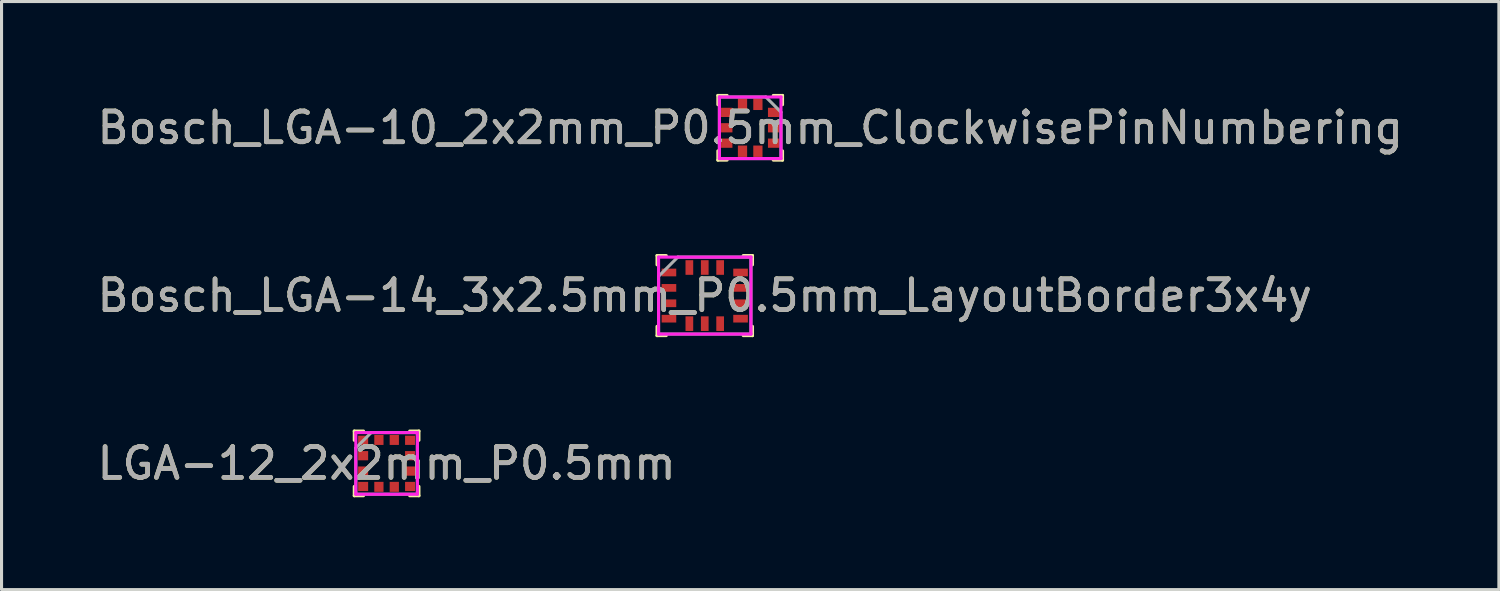
<source format=kicad_pcb>
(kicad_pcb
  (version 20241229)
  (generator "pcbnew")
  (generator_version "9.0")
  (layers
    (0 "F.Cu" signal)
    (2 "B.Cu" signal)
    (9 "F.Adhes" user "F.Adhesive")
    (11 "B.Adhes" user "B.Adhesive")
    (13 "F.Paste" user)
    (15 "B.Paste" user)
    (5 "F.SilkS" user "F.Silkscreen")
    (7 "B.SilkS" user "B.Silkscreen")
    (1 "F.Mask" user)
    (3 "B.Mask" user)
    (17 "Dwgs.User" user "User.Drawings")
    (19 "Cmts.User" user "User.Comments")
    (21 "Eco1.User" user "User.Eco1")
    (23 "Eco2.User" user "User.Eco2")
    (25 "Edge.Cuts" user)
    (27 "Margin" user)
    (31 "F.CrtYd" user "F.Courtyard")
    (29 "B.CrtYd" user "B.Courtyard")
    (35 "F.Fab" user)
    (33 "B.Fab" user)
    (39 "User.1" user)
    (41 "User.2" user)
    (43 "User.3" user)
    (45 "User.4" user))
  (footprint "LGA-12_2x2mm_P0.5mm"
    (layer "F.Cu")
    (at 9.506 12)
    (property "Reference" "LGA-12_2x2mm_P0.5mm" (at 0 0 0) (layer "F.SilkS") (effects (font (size 1 1) (thickness 0.15))))
    (attr smd)
    (fp_line (start -1.05 -1.05) (end -1.05 -0.75) (stroke (width 0.1) (type default)) (layer "F.SilkS"))
    (fp_line (start -1.05 -1.05) (end -0.75 -1.05) (stroke (width 0.1) (type default)) (layer "F.SilkS"))
    (fp_line (start -1.05 1.05) (end -1.05 0.75) (stroke (width 0.1) (type default)) (layer "F.SilkS"))
    (fp_line (start -1.05 1.05) (end -0.75 1.05) (stroke (width 0.1) (type default)) (layer "F.SilkS"))
    (fp_line (start 1.05 -1.05) (end 0.75 -1.05) (stroke (width 0.1) (type default)) (layer "F.SilkS"))
    (fp_line (start 1.05 -1.05) (end 1.05 -0.75) (stroke (width 0.1) (type default)) (layer "F.SilkS"))
    (fp_line (start 1.05 1.05) (end 0.75 1.05) (stroke (width 0.1) (type default)) (layer "F.SilkS"))
    (fp_line (start 1.05 1.05) (end 1.05 0.75) (stroke (width 0.1) (type default)) (layer "F.SilkS"))
    (fp_line (start -1 -1) (end 1 -1) (stroke (width 0.1) (type solid)) (layer "F.CrtYd"))
    (fp_line (start -1 1) (end -1 -1) (stroke (width 0.1) (type solid)) (layer "F.CrtYd"))
    (fp_line (start 1 -1) (end 1 1) (stroke (width 0.1) (type solid)) (layer "F.CrtYd"))
    (fp_line (start 1 1) (end -1 1) (stroke (width 0.1) (type solid)) (layer "F.CrtYd"))
    (fp_line (start -1 -0.5) (end -0.5 -1) (stroke (width 0.1) (type solid)) (layer "F.Fab"))
    (fp_line (start -1 1) (end -1 -0.5) (stroke (width 0.1) (type solid)) (layer "F.Fab"))
    (fp_line (start -0.5 -1) (end 1 -1) (stroke (width 0.1) (type solid)) (layer "F.Fab"))
    (fp_line (start 1 -1) (end 1 1) (stroke (width 0.1) (type solid)) (layer "F.Fab"))
    (fp_line (start 1 1) (end -1 1) (stroke (width 0.1) (type solid)) (layer "F.Fab"))
    (fp_text user "${REFERENCE}" (at 0 0 0) (layer "F.Fab") (effects (font (size 1 1) (thickness 0.15))))
    (pad "1" smd rect (at -0.762 -0.75) (size 0.325 0.3) (layers "F.Cu" "F.Mask" "F.Paste"))
    (pad "2" smd rect (at -0.762 -0.25) (size 0.325 0.3) (layers "F.Cu" "F.Mask" "F.Paste"))
    (pad "3" smd rect (at -0.762 0.25) (size 0.325 0.3) (layers "F.Cu" "F.Mask" "F.Paste"))
    (pad "4" smd rect (at -0.762 0.75) (size 0.325 0.3) (layers "F.Cu" "F.Mask" "F.Paste"))
    (pad "5" smd rect (at -0.25 0.762 90) (size 0.325 0.3) (layers "F.Cu" "F.Mask" "F.Paste"))
    (pad "6" smd rect (at 0.25 0.762 90) (size 0.325 0.3) (layers "F.Cu" "F.Mask" "F.Paste"))
    (pad "7" smd rect (at 0.762 0.75) (size 0.325 0.3) (layers "F.Cu" "F.Mask" "F.Paste"))
    (pad "8" smd rect (at 0.762 0.25) (size 0.325 0.3) (layers "F.Cu" "F.Mask" "F.Paste"))
    (pad "9" smd rect (at 0.762 -0.25) (size 0.325 0.3) (layers "F.Cu" "F.Mask" "F.Paste"))
    (pad "10" smd rect (at 0.762 -0.75) (size 0.325 0.3) (layers "F.Cu" "F.Mask" "F.Paste"))
    (pad "11" smd rect (at 0.25 -0.762 90) (size 0.325 0.3) (layers "F.Cu" "F.Mask" "F.Paste"))
    (pad "12" smd rect (at -0.25 -0.762 90) (size 0.325 0.3) (layers "F.Cu" "F.Mask" "F.Paste")))
  (footprint "Bosch_LGA-10_2x2mm_P0.5mm_ClockwisePinNumbering"
    (layer "F.Cu")
    (at 21.315 1.1)
    (property "Reference" "Bosch_LGA-10_2x2mm_P0.5mm_ClockwisePinNumbering" (at 0 0 0) (layer "F.SilkS") (effects (font (size 1 1) (thickness 0.15))))
    (attr smd)
    (fp_line (start -1.05 -1.05) (end -1.05 -0.75) (stroke (width 0.1) (type default)) (layer "F.SilkS"))
    (fp_line (start -1.05 -1.05) (end -0.75 -1.05) (stroke (width 0.1) (type default)) (layer "F.SilkS"))
    (fp_line (start -1.05 1.05) (end -1.05 0.75) (stroke (width 0.1) (type default)) (layer "F.SilkS"))
    (fp_line (start -1.05 1.05) (end -0.75 1.05) (stroke (width 0.1) (type default)) (layer "F.SilkS"))
    (fp_line (start 1.05 -1.05) (end 0.75 -1.05) (stroke (width 0.1) (type default)) (layer "F.SilkS"))
    (fp_line (start 1.05 -1.05) (end 1.05 -0.75) (stroke (width 0.1) (type default)) (layer "F.SilkS"))
    (fp_line (start 1.05 1.05) (end 0.75 1.05) (stroke (width 0.1) (type default)) (layer "F.SilkS"))
    (fp_line (start 1.05 1.05) (end 1.05 0.75) (stroke (width 0.1) (type default)) (layer "F.SilkS"))
    (fp_line (start -1 -1) (end 1 -1) (stroke (width 0.1) (type solid)) (layer "F.CrtYd"))
    (fp_line (start -1 1) (end -1 -1) (stroke (width 0.1) (type solid)) (layer "F.CrtYd"))
    (fp_line (start 1 -1) (end 1 1) (stroke (width 0.1) (type solid)) (layer "F.CrtYd"))
    (fp_line (start 1 1) (end -1 1) (stroke (width 0.1) (type solid)) (layer "F.CrtYd"))
    (fp_line (start -1 -1) (end 0.508 -1) (stroke (width 0.1) (type solid)) (layer "F.Fab"))
    (fp_line (start -1 1) (end -1 -1) (stroke (width 0.1) (type solid)) (layer "F.Fab"))
    (fp_line (start 1 -0.508) (end 0.508 -1) (stroke (width 0.1) (type solid)) (layer "F.Fab"))
    (fp_line (start 1 -0.508) (end 1 1) (stroke (width 0.1) (type solid)) (layer "F.Fab"))
    (fp_line (start 1 1) (end -1 1) (stroke (width 0.1) (type solid)) (layer "F.Fab"))
    (fp_text user "${REFERENCE}" (at 0 0 0) (layer "F.Fab") (effects (font (size 1 1) (thickness 0.15))))
    (pad "1" smd rect (at 0.25 -0.762 90) (size 0.37 0.3) (layers "F.Cu" "F.Mask" "F.Paste"))
    (pad "2" smd rect (at -0.25 -0.762 90) (size 0.37 0.3) (layers "F.Cu" "F.Mask" "F.Paste"))
    (pad "3" smd rect (at -0.762 -0.5) (size 0.37 0.3) (layers "F.Cu" "F.Mask" "F.Paste"))
    (pad "4" smd rect (at -0.762 0) (size 0.37 0.3) (layers "F.Cu" "F.Mask" "F.Paste"))
    (pad "5" smd rect (at -0.762 0.5) (size 0.37 0.3) (layers "F.Cu" "F.Mask" "F.Paste"))
    (pad "6" smd rect (at -0.25 0.762 90) (size 0.37 0.3) (layers "F.Cu" "F.Mask" "F.Paste"))
    (pad "7" smd rect (at 0.25 0.762 90) (size 0.37 0.3) (layers "F.Cu" "F.Mask" "F.Paste"))
    (pad "8" smd rect (at 0.762 0.5) (size 0.37 0.3) (layers "F.Cu" "F.Mask" "F.Paste"))
    (pad "9" smd rect (at 0.762 0) (size 0.37 0.3) (layers "F.Cu" "F.Mask" "F.Paste"))
    (pad "10" smd rect (at 0.762 -0.5) (size 0.37 0.3) (layers "F.Cu" "F.Mask" "F.Paste")))
  (footprint "Bosch_LGA-14_3x2.5mm_P0.5mm_LayoutBorder3x4y"
    (layer "F.Cu")
    (at 19.839 6.55)
    (property "Reference" "Bosch_LGA-14_3x2.5mm_P0.5mm_LayoutBorder3x4y" (at 0 0 0) (layer "F.SilkS") (effects (font (size 1 1) (thickness 0.15))))
    (attr smd)
    (fp_line (start -1.55 -1.3) (end -1.55 -1) (stroke (width 0.1) (type default)) (layer "F.SilkS"))
    (fp_line (start -1.55 -1.3) (end -1.25 -1.3) (stroke (width 0.1) (type default)) (layer "F.SilkS"))
    (fp_line (start -1.55 1.3) (end -1.55 1) (stroke (width 0.1) (type default)) (layer "F.SilkS"))
    (fp_line (start -1.55 1.3) (end -1.25 1.3) (stroke (width 0.1) (type default)) (layer "F.SilkS"))
    (fp_line (start 1.55 -1.3) (end 1.25 -1.3) (stroke (width 0.1) (type default)) (layer "F.SilkS"))
    (fp_line (start 1.55 -1.3) (end 1.55 -1) (stroke (width 0.1) (type default)) (layer "F.SilkS"))
    (fp_line (start 1.55 1.3) (end 1.25 1.3) (stroke (width 0.1) (type default)) (layer "F.SilkS"))
    (fp_line (start 1.55 1.3) (end 1.55 1) (stroke (width 0.1) (type default)) (layer "F.SilkS"))
    (fp_line (start -1.5 -1.25) (end -1.5 1.25) (stroke (width 0.1) (type solid)) (layer "F.CrtYd"))
    (fp_line (start -1.5 1.25) (end 1.5 1.25) (stroke (width 0.1) (type solid)) (layer "F.CrtYd"))
    (fp_line (start 1.5 -1.25) (end -1.5 -1.25) (stroke (width 0.1) (type solid)) (layer "F.CrtYd"))
    (fp_line (start 1.5 1.25) (end 1.5 -1.25) (stroke (width 0.1) (type solid)) (layer "F.CrtYd"))
    (fp_line (start -1.5 -0.625) (end -0.875 -1.25) (stroke (width 0.1) (type solid)) (layer "F.Fab"))
    (fp_line (start -1.5 1.25) (end -1.5 -0.625) (stroke (width 0.1) (type solid)) (layer "F.Fab"))
    (fp_line (start -0.875 -1.25) (end 1.5 -1.25) (stroke (width 0.1) (type solid)) (layer "F.Fab"))
    (fp_line (start 1.5 -1.25) (end 1.5 1.25) (stroke (width 0.1) (type solid)) (layer "F.Fab"))
    (fp_line (start 1.5 1.25) (end -1.5 1.25) (stroke (width 0.1) (type solid)) (layer "F.Fab"))
    (fp_text user "${REFERENCE}" (at 0 0 0) (layer "F.Fab") (effects (font (size 1 1) (thickness 0.15))))
    (pad "1" smd rect (at -1.163 -0.75) (size 0.475 0.25) (layers "F.Cu" "F.Mask" "F.Paste"))
    (pad "2" smd rect (at -1.163 -0.25) (size 0.475 0.25) (layers "F.Cu" "F.Mask" "F.Paste"))
    (pad "3" smd rect (at -1.163 0.25) (size 0.475 0.25) (layers "F.Cu" "F.Mask" "F.Paste"))
    (pad "4" smd rect (at -1.163 0.75) (size 0.475 0.25) (layers "F.Cu" "F.Mask" "F.Paste"))
    (pad "5" smd rect (at -0.5 0.912 90) (size 0.475 0.25) (layers "F.Cu" "F.Mask" "F.Paste"))
    (pad "6" smd rect (at 0 0.912 90) (size 0.475 0.25) (layers "F.Cu" "F.Mask" "F.Paste"))
    (pad "7" smd rect (at 0.5 0.912 90) (size 0.475 0.25) (layers "F.Cu" "F.Mask" "F.Paste"))
    (pad "8" smd rect (at 1.163 0.75) (size 0.475 0.25) (layers "F.Cu" "F.Mask" "F.Paste"))
    (pad "9" smd rect (at 1.163 0.25) (size 0.475 0.25) (layers "F.Cu" "F.Mask" "F.Paste"))
    (pad "10" smd rect (at 1.163 -0.25) (size 0.475 0.25) (layers "F.Cu" "F.Mask" "F.Paste"))
    (pad "11" smd rect (at 1.163 -0.75) (size 0.475 0.25) (layers "F.Cu" "F.Mask" "F.Paste"))
    (pad "12" smd rect (at 0.5 -0.912 90) (size 0.475 0.25) (layers "F.Cu" "F.Mask" "F.Paste"))
    (pad "13" smd rect (at 0 -0.912 90) (size 0.475 0.25) (layers "F.Cu" "F.Mask" "F.Paste"))
    (pad "14" smd rect (at -0.5 -0.912 90) (size 0.475 0.25) (layers "F.Cu" "F.Mask" "F.Paste")))
  (gr_rect
    (start -3 -3)
    (end 45.631 16.1)
    (stroke (width 0.1) (type default))
    (fill no)
    (layer "Edge.Cuts")))
</source>
